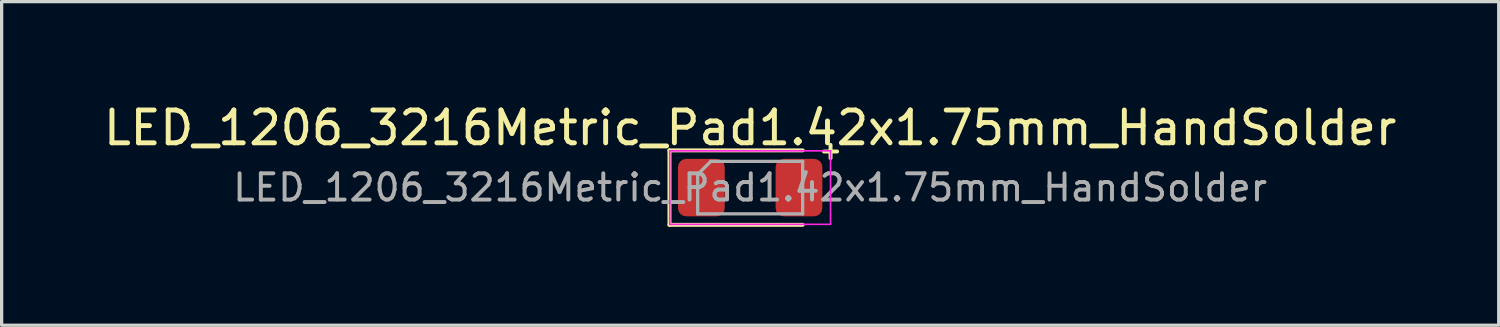
<source format=kicad_pcb>
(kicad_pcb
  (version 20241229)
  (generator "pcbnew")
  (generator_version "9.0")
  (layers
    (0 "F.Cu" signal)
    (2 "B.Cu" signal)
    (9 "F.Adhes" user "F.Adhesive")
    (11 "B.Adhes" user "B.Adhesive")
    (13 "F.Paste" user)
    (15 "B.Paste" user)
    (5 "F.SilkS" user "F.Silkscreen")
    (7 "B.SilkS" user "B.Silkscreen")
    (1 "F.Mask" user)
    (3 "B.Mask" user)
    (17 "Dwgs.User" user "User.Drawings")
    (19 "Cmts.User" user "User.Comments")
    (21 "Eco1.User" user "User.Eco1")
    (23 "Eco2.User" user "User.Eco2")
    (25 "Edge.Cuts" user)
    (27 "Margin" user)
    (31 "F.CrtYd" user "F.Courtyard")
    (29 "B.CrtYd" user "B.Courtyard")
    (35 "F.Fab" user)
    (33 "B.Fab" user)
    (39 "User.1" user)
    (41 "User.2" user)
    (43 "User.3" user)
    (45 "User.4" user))
  (footprint "LED_1206_3216Metric_Pad1.42x1.75mm_HandSolder"
    (layer "F.Cu")
    (at 19.815 2.668)
    (property "Reference" "LED_1206_3216Metric_Pad1.42x1.75mm_HandSolder" (at 0 -1.82 0) (layer "F.SilkS") (effects (font (size 1 1) (thickness 0.15))))
    (attr smd)
    (fp_line (start -2.46 -1.135) (end -2.46 1.135) (stroke (width 0.12) (type solid)) (layer "F.SilkS"))
    (fp_line (start -2.46 1.135) (end 1.6 1.135) (stroke (width 0.12) (type solid)) (layer "F.SilkS"))
    (fp_line (start 1.6 -1.135) (end -2.46 -1.135) (stroke (width 0.12) (type solid)) (layer "F.SilkS"))
    (fp_line (start 2.25 -1.1) (end 2.65 -1.1) (stroke (width 0.12) (type solid)) (layer "F.SilkS"))
    (fp_line (start 2.45 -1.3) (end 2.45 -0.9) (stroke (width 0.12) (type solid)) (layer "F.SilkS"))
    (fp_line (start -2.45 -1.12) (end 2.45 -1.12) (stroke (width 0.05) (type solid)) (layer "F.CrtYd"))
    (fp_line (start -2.45 1.12) (end -2.45 -1.12) (stroke (width 0.05) (type solid)) (layer "F.CrtYd"))
    (fp_line (start 2.45 -1.12) (end 2.45 1.12) (stroke (width 0.05) (type solid)) (layer "F.CrtYd"))
    (fp_line (start 2.45 1.12) (end -2.45 1.12) (stroke (width 0.05) (type solid)) (layer "F.CrtYd"))
    (fp_line (start -1.6 -0.4) (end -1.6 0.8) (stroke (width 0.1) (type solid)) (layer "F.Fab"))
    (fp_line (start -1.6 0.8) (end 1.6 0.8) (stroke (width 0.1) (type solid)) (layer "F.Fab"))
    (fp_line (start -1.2 -0.8) (end -1.6 -0.4) (stroke (width 0.1) (type solid)) (layer "F.Fab"))
    (fp_line (start 1.6 -0.8) (end -1.2 -0.8) (stroke (width 0.1) (type solid)) (layer "F.Fab"))
    (fp_line (start 1.6 0.8) (end 1.6 -0.8) (stroke (width 0.1) (type solid)) (layer "F.Fab"))
    (fp_text user "${REFERENCE}" (at 0 0 0) (layer "F.Fab") (effects (font (size 0.8 0.8) (thickness 0.12))))
    (pad "1" smd roundrect (at -1.488 0) (size 1.425 1.75) (layers "F.Cu" "F.Mask" "F.Paste") (roundrect_rratio 0.175))
    (pad "2" smd roundrect (at 1.488 0) (size 1.425 1.75) (layers "F.Cu" "F.Mask" "F.Paste") (roundrect_rratio 0.175)))
  (gr_rect
    (start -3 -3)
    (end 42.631 6.863)
    (stroke (width 0.1) (type default))
    (fill no)
    (layer "Edge.Cuts")))
</source>
